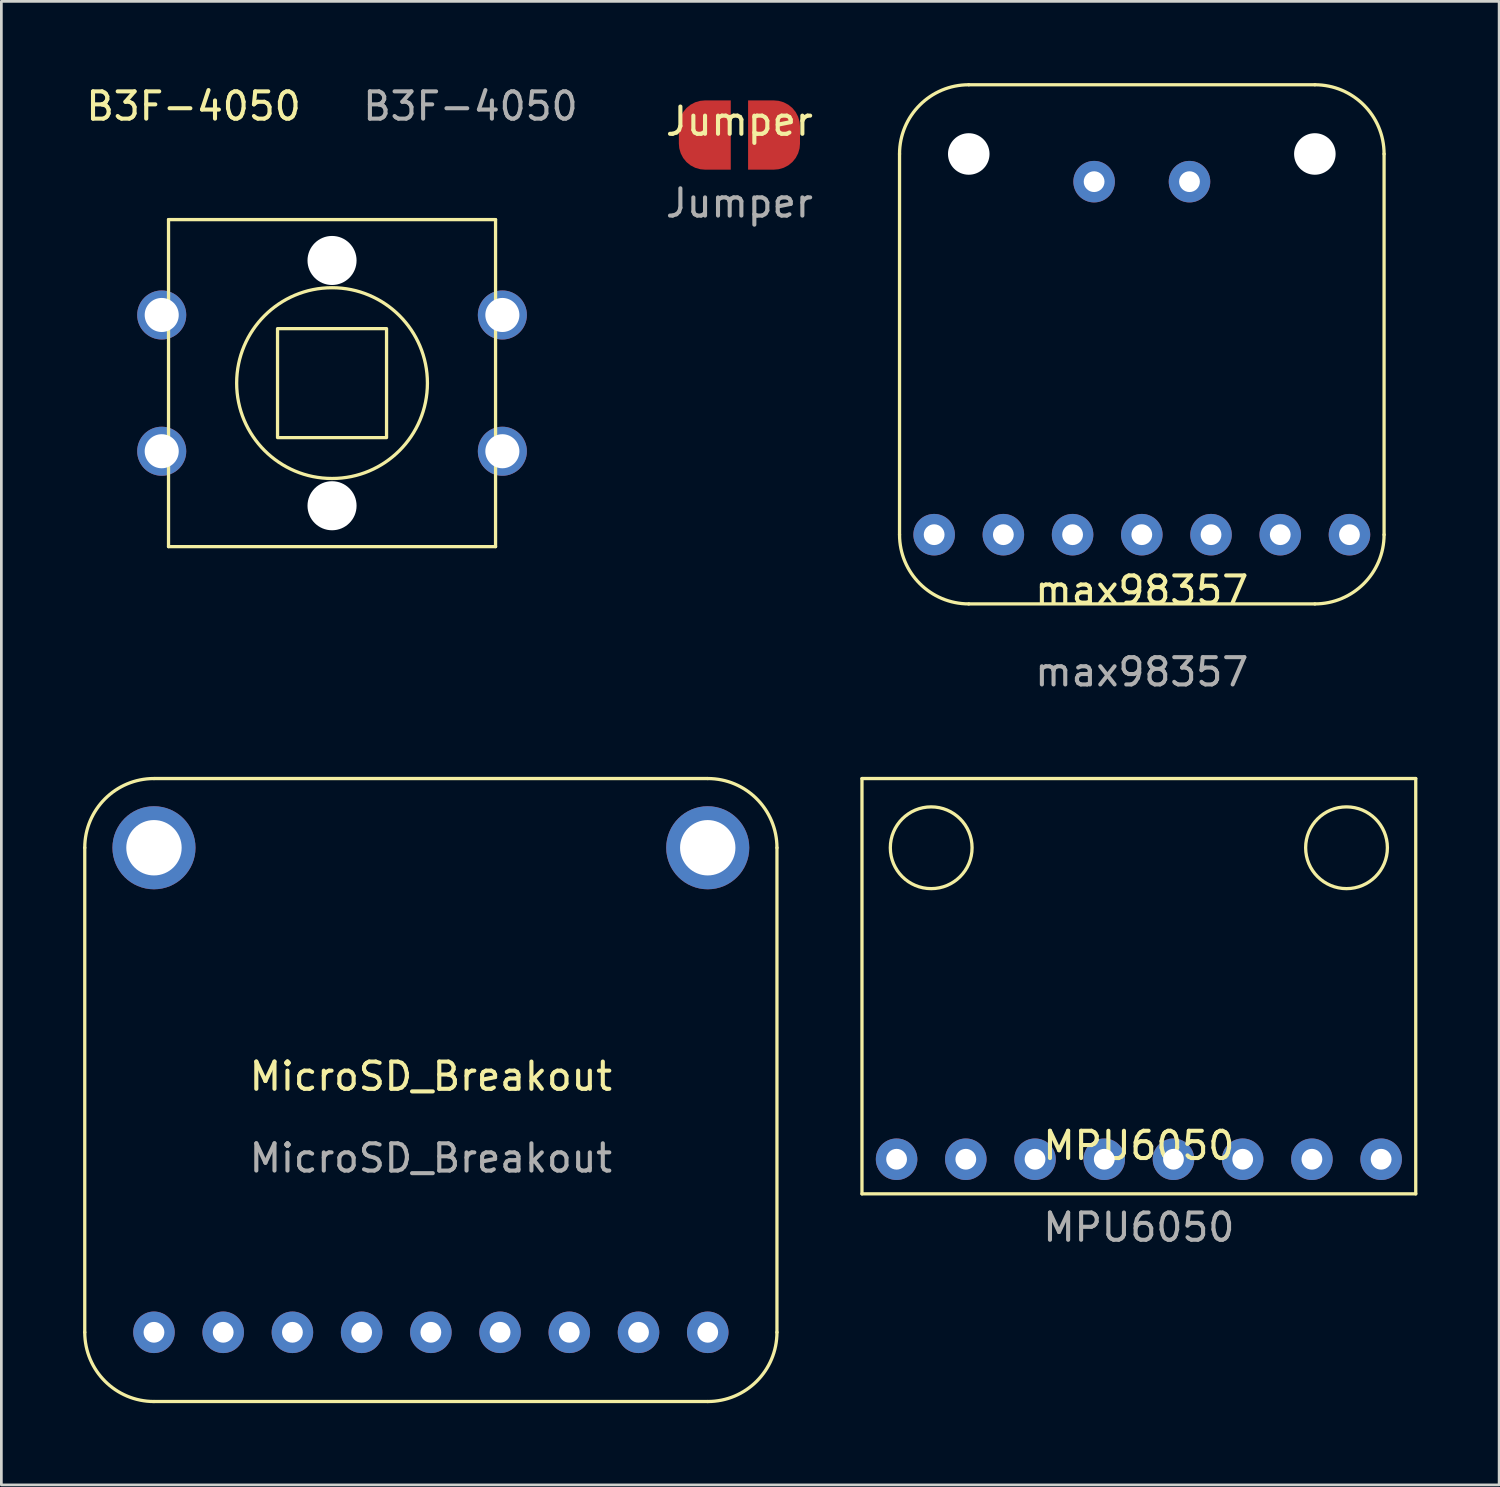
<source format=kicad_pcb>
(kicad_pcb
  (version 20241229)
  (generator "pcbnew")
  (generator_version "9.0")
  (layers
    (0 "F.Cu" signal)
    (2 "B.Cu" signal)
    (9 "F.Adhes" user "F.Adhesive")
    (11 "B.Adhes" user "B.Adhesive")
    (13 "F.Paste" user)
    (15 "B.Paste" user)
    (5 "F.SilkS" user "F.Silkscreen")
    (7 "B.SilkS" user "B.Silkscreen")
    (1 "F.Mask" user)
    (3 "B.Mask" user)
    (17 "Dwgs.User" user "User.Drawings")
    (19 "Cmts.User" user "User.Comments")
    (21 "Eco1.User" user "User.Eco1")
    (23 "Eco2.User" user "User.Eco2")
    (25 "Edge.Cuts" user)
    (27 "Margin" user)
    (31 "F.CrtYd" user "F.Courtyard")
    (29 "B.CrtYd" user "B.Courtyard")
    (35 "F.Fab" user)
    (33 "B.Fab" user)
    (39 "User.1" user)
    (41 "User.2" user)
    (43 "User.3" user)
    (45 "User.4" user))
  (footprint "MicroSD_Breakout"
    (layer "F.Cu")
    (at 12.76 36.948)
    (property "Reference" "MicroSD_Breakout" (at 0 -0.5 0) (unlocked yes) (layer "F.SilkS") (effects (font (size 1 1) (thickness 0.15))))
    (attr through_hole)
    (fp_line (start -12.7 8.89) (end -12.7 -8.89) (stroke (width 0.12) (type solid)) (layer "F.SilkS"))
    (fp_line (start -10.16 -11.43) (end 10.16 -11.43) (stroke (width 0.12) (type solid)) (layer "F.SilkS"))
    (fp_line (start 10.16 11.43) (end -10.16 11.43) (stroke (width 0.12) (type solid)) (layer "F.SilkS"))
    (fp_line (start 12.7 -8.89) (end 12.7 8.89) (stroke (width 0.12) (type solid)) (layer "F.SilkS"))
    (fp_arc (start -12.7 -8.89) (mid -11.956051 -10.686051) (end -10.16 -11.43) (stroke (width 0.12) (type solid)) (layer "F.SilkS"))
    (fp_arc (start -10.16 11.43) (mid -11.956051 10.686051) (end -12.7 8.89) (stroke (width 0.12) (type solid)) (layer "F.SilkS"))
    (fp_arc (start 10.16 -11.43) (mid 11.956051 -10.686051) (end 12.7 -8.89) (stroke (width 0.12) (type solid)) (layer "F.SilkS"))
    (fp_arc (start 12.7 8.89) (mid 11.956051 10.686051) (end 10.16 11.43) (stroke (width 0.12) (type solid)) (layer "F.SilkS"))
    (fp_text user "${REFERENCE}" (at 0 2.5 0) (unlocked yes) (layer "F.Fab") (effects (font (size 1 1) (thickness 0.15))))
    (pad "" np_thru_hole circle (at -10.16 -8.89) (size 3.048 3.048) (drill 2.032) (layers "*.Cu" "*.Mask"))
    (pad "" np_thru_hole circle (at 10.16 -8.89) (size 3.048 3.048) (drill 2.032) (layers "*.Cu" "*.Mask"))
    (pad "1" thru_hole circle (at -10.16 8.89) (size 1.524 1.524) (drill 0.762) (layers "*.Cu" "*.Mask"))
    (pad "2" thru_hole circle (at -7.62 8.89) (size 1.524 1.524) (drill 0.762) (layers "*.Cu" "*.Mask"))
    (pad "3" thru_hole circle (at -5.08 8.89) (size 1.524 1.524) (drill 0.762) (layers "*.Cu" "*.Mask"))
    (pad "4" thru_hole circle (at -2.54 8.89) (size 1.524 1.524) (drill 0.762) (layers "*.Cu" "*.Mask"))
    (pad "5" thru_hole circle (at 0 8.89) (size 1.524 1.524) (drill 0.762) (layers "*.Cu" "*.Mask"))
    (pad "6" thru_hole circle (at 2.54 8.89) (size 1.524 1.524) (drill 0.762) (layers "*.Cu" "*.Mask"))
    (pad "7" thru_hole circle (at 5.08 8.89) (size 1.524 1.524) (drill 0.762) (layers "*.Cu" "*.Mask"))
    (pad "8" thru_hole circle (at 7.62 8.89) (size 1.524 1.524) (drill 0.762) (layers "*.Cu" "*.Mask"))
    (pad "9" thru_hole circle (at 10.16 8.89) (size 1.524 1.524) (drill 0.762) (layers "*.Cu" "*.Mask")))
  (footprint "max98357"
    (layer "F.Cu")
    (at 38.848 19.11)
    (property "Reference" "max98357" (at 0 -0.5 0) (unlocked yes) (layer "F.SilkS") (effects (font (size 1 1) (thickness 0.15))))
    (attr through_hole)
    (fp_line (start -8.89 -2.54) (end -8.89 -16.51) (stroke (width 0.12) (type solid)) (layer "F.SilkS"))
    (fp_line (start -6.35 -19.05) (end 6.35 -19.05) (stroke (width 0.12) (type solid)) (layer "F.SilkS"))
    (fp_line (start 6.35 0) (end -6.35 0) (stroke (width 0.12) (type solid)) (layer "F.SilkS"))
    (fp_line (start 8.89 -16.51) (end 8.89 -2.54) (stroke (width 0.12) (type solid)) (layer "F.SilkS"))
    (fp_arc (start -8.89 -16.51) (mid -8.146051 -18.306051) (end -6.35 -19.05) (stroke (width 0.12) (type solid)) (layer "F.SilkS"))
    (fp_arc (start -6.35 0) (mid -8.146051 -0.743949) (end -8.89 -2.54) (stroke (width 0.12) (type solid)) (layer "F.SilkS"))
    (fp_arc (start 6.35 -19.05) (mid 8.146051 -18.306051) (end 8.89 -16.51) (stroke (width 0.12) (type solid)) (layer "F.SilkS"))
    (fp_arc (start 8.89 -2.54) (mid 8.146051 -0.743949) (end 6.35 0) (stroke (width 0.12) (type solid)) (layer "F.SilkS"))
    (fp_text user "${REFERENCE}" (at 0 2.5 0) (unlocked yes) (layer "F.Fab") (effects (font (size 1 1) (thickness 0.15))))
    (pad "" np_thru_hole circle (at -6.35 -16.51) (size 1.524 1.524) (drill 2.54) (layers "*.Cu" "*.Mask"))
    (pad "" np_thru_hole circle (at 6.35 -16.51) (size 1.524 1.524) (drill 2.54) (layers "*.Cu" "*.Mask"))
    (pad "1" thru_hole circle (at -7.62 -2.54) (size 1.524 1.524) (drill 0.762) (layers "*.Cu" "*.Mask"))
    (pad "2" thru_hole circle (at -5.08 -2.54) (size 1.524 1.524) (drill 0.762) (layers "*.Cu" "*.Mask"))
    (pad "3" thru_hole circle (at -2.54 -2.54) (size 1.524 1.524) (drill 0.762) (layers "*.Cu" "*.Mask"))
    (pad "4" thru_hole circle (at 0 -2.54) (size 1.524 1.524) (drill 0.762) (layers "*.Cu" "*.Mask"))
    (pad "5" thru_hole circle (at 2.54 -2.54) (size 1.524 1.524) (drill 0.762) (layers "*.Cu" "*.Mask"))
    (pad "6" thru_hole circle (at 5.08 -2.54) (size 1.524 1.524) (drill 0.762) (layers "*.Cu" "*.Mask"))
    (pad "7" thru_hole circle (at 7.62 -2.54) (size 1.524 1.524) (drill 0.762) (layers "*.Cu" "*.Mask"))
    (pad "8" thru_hole circle (at -1.75 -15.494) (size 1.524 1.524) (drill 0.762) (layers "*.Cu" "*.Mask"))
    (pad "9" thru_hole circle (at 1.75 -15.494) (size 1.524 1.524) (drill 0.762) (layers "*.Cu" "*.Mask")))
  (footprint "B3F-4050"
    (layer "F.Cu")
    (at 9.134 11.008)
    (property "Reference" "B3F-4050" (at -5.08 -10.16 0) (unlocked yes) (layer "F.SilkS") (effects (font (size 1 1) (thickness 0.15))))
    (attr through_hole)
    (fp_line (start -6 -6) (end 6 -6) (stroke (width 0.12) (type solid)) (layer "F.SilkS"))
    (fp_line (start -6 6) (end -6 -6) (stroke (width 0.12) (type solid)) (layer "F.SilkS"))
    (fp_line (start 6 -6) (end 6 6) (stroke (width 0.12) (type solid)) (layer "F.SilkS"))
    (fp_line (start 6 6) (end -6 6) (stroke (width 0.12) (type solid)) (layer "F.SilkS"))
    (fp_rect (start -2 -2) (end 2 2) (stroke (width 0.12) (type solid)) (fill no) (layer "F.SilkS"))
    (fp_circle (center 0 0) (end 3.5 0) (stroke (width 0.12) (type solid)) (fill no) (layer "F.SilkS"))
    (fp_text user "${REFERENCE}" (at 5.08 -10.16 0) (unlocked yes) (layer "F.Fab") (effects (font (size 1 1) (thickness 0.15))))
    (pad "" np_thru_hole circle (at 0 -4.5 225) (size 1.8 1.8) (drill 1.8) (layers "*.Cu" "*.Mask"))
    (pad "" np_thru_hole circle (at 0 4.5 225) (size 1.8 1.8) (drill 1.8) (layers "*.Cu" "*.Mask"))
    (pad "1" thru_hole circle (at 6.25 2.5 225) (size 1.8 1.8) (drill 1.25) (layers "*.Cu" "*.Mask"))
    (pad "2" thru_hole circle (at -6.25 2.5 225) (size 1.8 1.8) (drill 1.25) (layers "*.Cu" "*.Mask"))
    (pad "3" thru_hole circle (at 6.25 -2.5 225) (size 1.8 1.8) (drill 1.25) (layers "*.Cu" "*.Mask"))
    (pad "4" thru_hole circle (at -6.25 -2.5 225) (size 1.8 1.8) (drill 1.25) (layers "*.Cu" "*.Mask")))
  (footprint "Jumper"
    (layer "F.Cu")
    (at 24.083 1.905)
    (property "Reference" "Jumper" (at 0 -0.5 0) (unlocked yes) (layer "F.SilkS") (effects (font (size 1 1) (thickness 0.15))))
    (attr through_hole)
    (fp_text user "${REFERENCE}" (at 0 2.5 0) (unlocked yes) (layer "F.Fab") (effects (font (size 1 1) (thickness 0.15))))
    (pad "1" smd roundrect (at -1.27 0) (size 1.905 2.54) (layers "F.Cu" "F.Mask" "F.Paste") (roundrect_rratio 0.5) (chamfer_ratio 0) (chamfer top_right bottom_right))
    (pad "2" smd roundrect (at 1.27 0 180) (size 1.905 2.54) (layers "F.Cu" "F.Mask" "F.Paste") (roundrect_rratio 0.5) (chamfer_ratio 0) (chamfer top_right bottom_right))
    (zone (net_name "") (layers "F.Cu" "F.CrtYd") (name "keep_out") (hatch edge 0.508) (connect_pads) (min_thickness 0.254) (filled_areas_thickness no) (keepout (tracks allowed) (vias not_allowed) (pads not_allowed) (copperpour not_allowed) (footprints not_allowed)) (placement (enabled no)) (fill) (polygon (pts (xy 26.623 3.81) (xy 21.543 3.81) (xy 21.543 0) (xy 26.623 0)))))
  (footprint "MPU6050"
    (layer "F.Cu")
    (at 38.74 39.488)
    (property "Reference" "MPU6050" (at 0 -0.5 0) (unlocked yes) (layer "F.SilkS") (effects (font (size 1 1) (thickness 0.15))))
    (attr through_hole)
    (fp_line (start -10.16 -13.97) (end 10.16 -13.97) (stroke (width 0.12) (type solid)) (layer "F.SilkS"))
    (fp_line (start -10.16 1.27) (end -10.16 -13.97) (stroke (width 0.12) (type solid)) (layer "F.SilkS"))
    (fp_line (start 10.16 -13.97) (end 10.16 1.27) (stroke (width 0.12) (type solid)) (layer "F.SilkS"))
    (fp_line (start 10.16 1.27) (end -10.16 1.27) (stroke (width 0.12) (type solid)) (layer "F.SilkS"))
    (fp_circle (center -7.62 -11.43) (end -6.12 -11.43) (stroke (width 0.12) (type solid)) (fill no) (layer "F.SilkS"))
    (fp_circle (center 7.62 -11.43) (end 9.12 -11.43) (stroke (width 0.12) (type solid)) (fill no) (layer "F.SilkS"))
    (fp_text user "${REFERENCE}" (at 0 2.5 0) (unlocked yes) (layer "F.Fab") (effects (font (size 1 1) (thickness 0.15))))
    (pad "1" thru_hole circle (at -8.89 0) (size 1.524 1.524) (drill 0.762) (layers "*.Cu" "*.Mask"))
    (pad "2" thru_hole circle (at -6.35 0) (size 1.524 1.524) (drill 0.762) (layers "*.Cu" "*.Mask"))
    (pad "3" thru_hole circle (at -3.81 0) (size 1.524 1.524) (drill 0.762) (layers "*.Cu" "*.Mask"))
    (pad "4" thru_hole circle (at -1.27 0) (size 1.524 1.524) (drill 0.762) (layers "*.Cu" "*.Mask"))
    (pad "5" thru_hole circle (at 1.27 0) (size 1.524 1.524) (drill 0.762) (layers "*.Cu" "*.Mask"))
    (pad "6" thru_hole circle (at 3.81 0) (size 1.524 1.524) (drill 0.762) (layers "*.Cu" "*.Mask"))
    (pad "7" thru_hole circle (at 6.35 0) (size 1.524 1.524) (drill 0.762) (layers "*.Cu" "*.Mask"))
    (pad "8" thru_hole circle (at 8.89 0) (size 1.524 1.524) (drill 0.762) (layers "*.Cu" "*.Mask")))
  (gr_rect
    (start -3 -3)
    (end 51.96 51.438)
    (stroke (width 0.1) (type default))
    (fill no)
    (layer "Edge.Cuts")))
</source>
